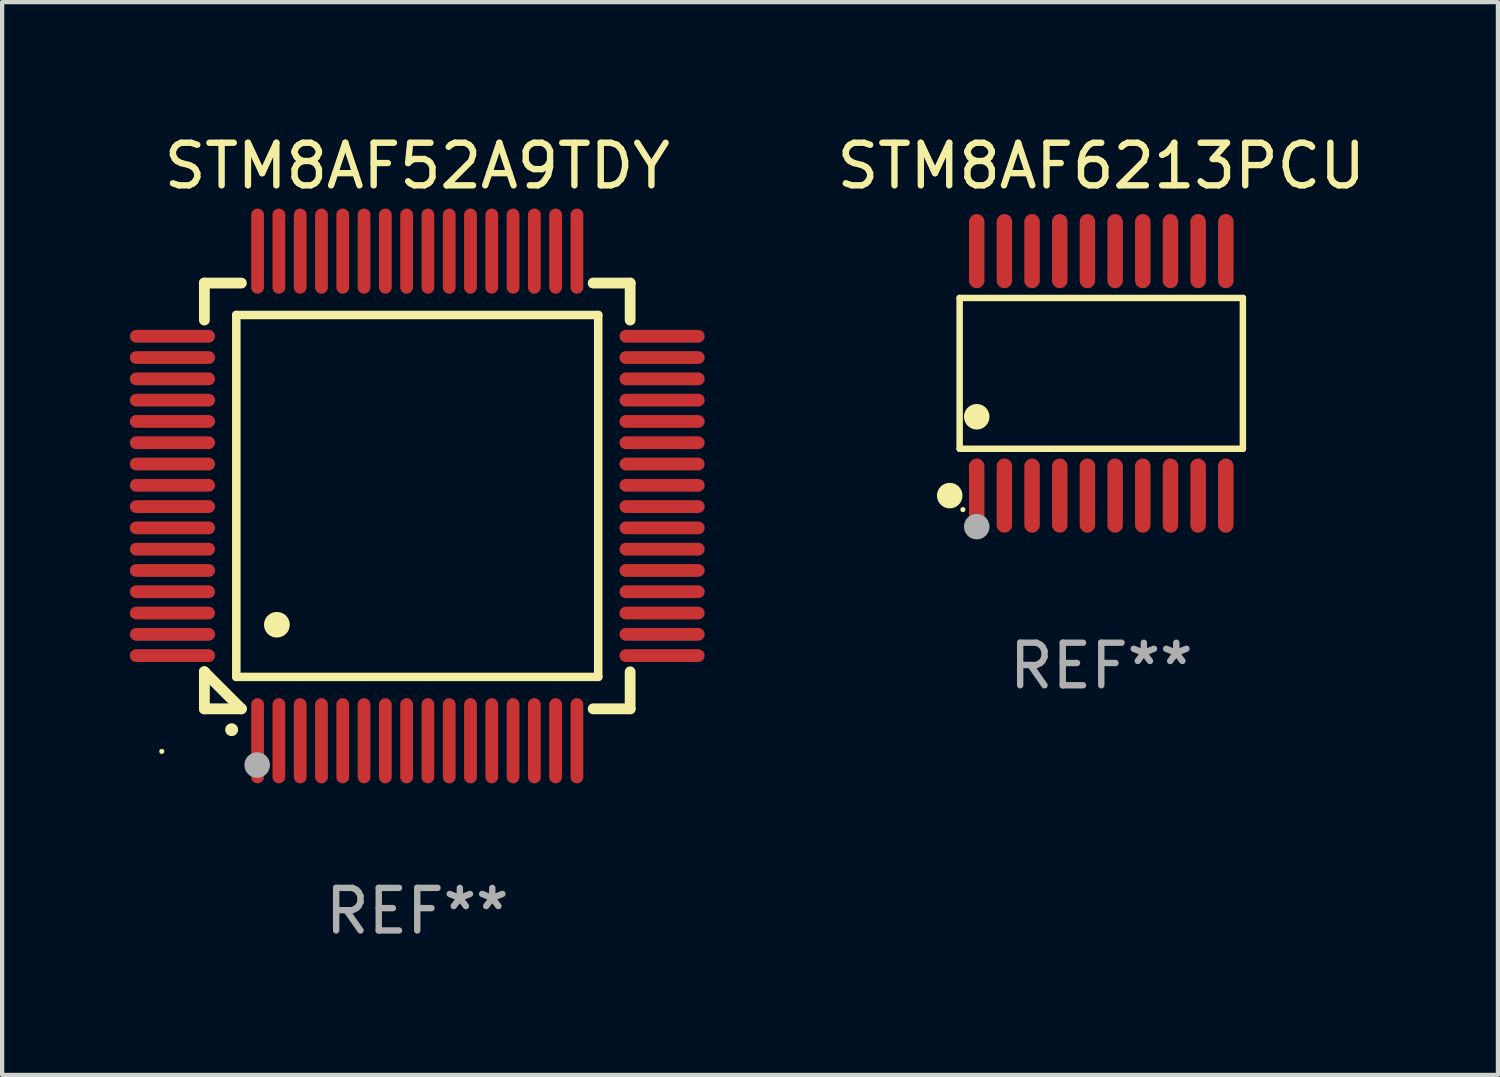
<source format=kicad_pcb>
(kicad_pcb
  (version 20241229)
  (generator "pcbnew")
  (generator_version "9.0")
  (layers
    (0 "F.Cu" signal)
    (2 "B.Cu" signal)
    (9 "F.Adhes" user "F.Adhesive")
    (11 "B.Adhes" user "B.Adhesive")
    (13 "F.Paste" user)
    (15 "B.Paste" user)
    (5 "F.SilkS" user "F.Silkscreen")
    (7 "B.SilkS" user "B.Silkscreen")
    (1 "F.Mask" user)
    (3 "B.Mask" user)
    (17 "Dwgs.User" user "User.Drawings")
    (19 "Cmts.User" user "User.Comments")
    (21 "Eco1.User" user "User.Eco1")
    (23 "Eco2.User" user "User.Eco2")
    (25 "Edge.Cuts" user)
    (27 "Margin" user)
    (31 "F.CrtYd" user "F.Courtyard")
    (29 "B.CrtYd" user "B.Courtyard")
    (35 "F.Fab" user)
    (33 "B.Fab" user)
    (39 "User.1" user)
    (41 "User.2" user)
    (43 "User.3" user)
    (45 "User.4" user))
  (footprint "STM8AF6213PCU"
    (layer "F.Cu")
    (at 22.815 5.719)
    (property "Reference" "STM8AF6213PCU" (at 0 -4.871 0) (layer "F.SilkS") (effects (font (size 1 1) (thickness 0.15))))
    (attr through_hole)
    (fp_line (start -3.326 -1.771) (end 3.326 -1.771) (stroke (width 0.152) (type solid)) (layer "F.SilkS"))
    (fp_line (start -3.326 1.771) (end -3.326 -1.771) (stroke (width 0.152) (type solid)) (layer "F.SilkS"))
    (fp_line (start 3.326 -1.771) (end 3.326 1.771) (stroke (width 0.152) (type solid)) (layer "F.SilkS"))
    (fp_line (start 3.326 1.771) (end -3.326 1.771) (stroke (width 0.152) (type solid)) (layer "F.SilkS"))
    (fp_circle (center -3.559 2.871) (end -3.409 2.871) (stroke (width 0.3) (type solid)) (fill no) (layer "F.SilkS"))
    (fp_circle (center -3.25 3.2) (end -3.22 3.2) (stroke (width 0.06) (type solid)) (fill no) (layer "F.SilkS"))
    (fp_circle (center -2.925 1.019) (end -2.775 1.019) (stroke (width 0.3) (type solid)) (fill no) (layer "F.SilkS"))
    (fp_circle (center -2.925 3.6) (end -2.775 3.6) (stroke (width 0.3) (type solid)) (fill no) (layer "F.Fab"))
    (fp_text user "REF**" (at 0 6.871 0) (layer "F.Fab") (effects (font (size 1 1) (thickness 0.15))))
    (pad "1" smd oval (at -2.925 2.871) (size 0.364 1.742) (layers "F.Cu" "F.Mask" "F.Paste"))
    (pad "2" smd oval (at -2.275 2.871) (size 0.364 1.742) (layers "F.Cu" "F.Mask" "F.Paste"))
    (pad "3" smd oval (at -1.625 2.871) (size 0.364 1.742) (layers "F.Cu" "F.Mask" "F.Paste"))
    (pad "4" smd oval (at -0.975 2.871) (size 0.364 1.742) (layers "F.Cu" "F.Mask" "F.Paste"))
    (pad "5" smd oval (at -0.325 2.871) (size 0.364 1.742) (layers "F.Cu" "F.Mask" "F.Paste"))
    (pad "6" smd oval (at 0.325 2.871) (size 0.364 1.742) (layers "F.Cu" "F.Mask" "F.Paste"))
    (pad "7" smd oval (at 0.975 2.871) (size 0.364 1.742) (layers "F.Cu" "F.Mask" "F.Paste"))
    (pad "8" smd oval (at 1.625 2.871) (size 0.364 1.742) (layers "F.Cu" "F.Mask" "F.Paste"))
    (pad "9" smd oval (at 2.275 2.871) (size 0.364 1.742) (layers "F.Cu" "F.Mask" "F.Paste"))
    (pad "10" smd oval (at 2.925 2.871) (size 0.364 1.742) (layers "F.Cu" "F.Mask" "F.Paste"))
    (pad "11" smd oval (at 2.925 -2.871) (size 0.364 1.742) (layers "F.Cu" "F.Mask" "F.Paste"))
    (pad "12" smd oval (at 2.275 -2.871) (size 0.364 1.742) (layers "F.Cu" "F.Mask" "F.Paste"))
    (pad "13" smd oval (at 1.625 -2.871) (size 0.364 1.742) (layers "F.Cu" "F.Mask" "F.Paste"))
    (pad "14" smd oval (at 0.975 -2.871) (size 0.364 1.742) (layers "F.Cu" "F.Mask" "F.Paste"))
    (pad "15" smd oval (at 0.325 -2.871) (size 0.364 1.742) (layers "F.Cu" "F.Mask" "F.Paste"))
    (pad "16" smd oval (at -0.325 -2.871) (size 0.364 1.742) (layers "F.Cu" "F.Mask" "F.Paste"))
    (pad "17" smd oval (at -0.975 -2.871) (size 0.364 1.742) (layers "F.Cu" "F.Mask" "F.Paste"))
    (pad "18" smd oval (at -1.625 -2.871) (size 0.364 1.742) (layers "F.Cu" "F.Mask" "F.Paste"))
    (pad "19" smd oval (at -2.275 -2.871) (size 0.364 1.742) (layers "F.Cu" "F.Mask" "F.Paste"))
    (pad "20" smd oval (at -2.925 -2.871) (size 0.364 1.742) (layers "F.Cu" "F.Mask" "F.Paste")))
  (footprint "STM8AF52A9TDY"
    (layer "F.Cu")
    (at 6.75 8.598)
    (property "Reference" "STM8AF52A9TDY" (at 0 -7.75 0) (layer "F.SilkS") (effects (font (size 1 1) (thickness 0.15))))
    (attr through_hole)
    (fp_line (start -5 -5) (end -4.131 -5) (stroke (width 0.254) (type solid)) (layer "F.SilkS"))
    (fp_line (start -5 -4.131) (end -5 -5) (stroke (width 0.254) (type solid)) (layer "F.SilkS"))
    (fp_line (start -5 4.131) (end -5 4.131) (stroke (width 0.254) (type solid)) (layer "F.SilkS"))
    (fp_line (start -5 5) (end -5 4.131) (stroke (width 0.254) (type solid)) (layer "F.SilkS"))
    (fp_line (start -5 4.131) (end -4.131 5) (stroke (width 0.254) (type solid)) (layer "F.SilkS"))
    (fp_line (start -4.25 -4.25) (end -4.25 4.25) (stroke (width 0.2) (type solid)) (layer "F.SilkS"))
    (fp_line (start -4.25 4.25) (end 4.25 4.25) (stroke (width 0.2) (type solid)) (layer "F.SilkS"))
    (fp_line (start -4.131 5) (end -5 5) (stroke (width 0.254) (type solid)) (layer "F.SilkS"))
    (fp_line (start 4.25 -4.25) (end -4.25 -4.25) (stroke (width 0.2) (type solid)) (layer "F.SilkS"))
    (fp_line (start 4.25 4.25) (end 4.25 -4.25) (stroke (width 0.2) (type solid)) (layer "F.SilkS"))
    (fp_line (start 5 -5) (end 4.131 -5) (stroke (width 0.254) (type solid)) (layer "F.SilkS"))
    (fp_line (start 5 -5) (end 5 -4.131) (stroke (width 0.254) (type solid)) (layer "F.SilkS"))
    (fp_line (start 5 4.131) (end 5 5) (stroke (width 0.254) (type solid)) (layer "F.SilkS"))
    (fp_line (start 5 5) (end 4.131 5) (stroke (width 0.254) (type solid)) (layer "F.SilkS"))
    (fp_arc (start -4.361265 5.489992) (mid -4.359995 5.489987) (end -4.358725 5.489992) (stroke (width 0.3) (type solid)) (layer "F.SilkS"))
    (fp_arc (start -3.299467 3.025146) (mid -3.296927 3.025135) (end -3.294387 3.025146) (stroke (width 0.6) (type solid)) (layer "F.SilkS"))
    (fp_circle (center -6 6) (end -5.97 6) (stroke (width 0.06) (type solid)) (fill no) (layer "F.SilkS"))
    (fp_circle (center -3.76 6.32) (end -3.61 6.32) (stroke (width 0.3) (type solid)) (fill no) (layer "F.Fab"))
    (fp_text user "REF**" (at 0 9.75 0) (layer "F.Fab") (effects (font (size 1 1) (thickness 0.15))))
    (pad "1" smd oval (at -3.75 5.75) (size 0.3 2) (layers "F.Cu" "F.Mask" "F.Paste"))
    (pad "2" smd oval (at -3.25 5.75) (size 0.3 2) (layers "F.Cu" "F.Mask" "F.Paste"))
    (pad "3" smd oval (at -2.75 5.75) (size 0.3 2) (layers "F.Cu" "F.Mask" "F.Paste"))
    (pad "4" smd oval (at -2.25 5.75) (size 0.3 2) (layers "F.Cu" "F.Mask" "F.Paste"))
    (pad "5" smd oval (at -1.75 5.75) (size 0.3 2) (layers "F.Cu" "F.Mask" "F.Paste"))
    (pad "6" smd oval (at -1.25 5.75) (size 0.3 2) (layers "F.Cu" "F.Mask" "F.Paste"))
    (pad "7" smd oval (at -0.75 5.75) (size 0.3 2) (layers "F.Cu" "F.Mask" "F.Paste"))
    (pad "8" smd oval (at -0.25 5.75) (size 0.3 2) (layers "F.Cu" "F.Mask" "F.Paste"))
    (pad "9" smd oval (at 0.25 5.75) (size 0.3 2) (layers "F.Cu" "F.Mask" "F.Paste"))
    (pad "10" smd oval (at 0.75 5.75) (size 0.3 2) (layers "F.Cu" "F.Mask" "F.Paste"))
    (pad "11" smd oval (at 1.25 5.75) (size 0.3 2) (layers "F.Cu" "F.Mask" "F.Paste"))
    (pad "12" smd oval (at 1.75 5.75) (size 0.3 2) (layers "F.Cu" "F.Mask" "F.Paste"))
    (pad "13" smd oval (at 2.25 5.75) (size 0.3 2) (layers "F.Cu" "F.Mask" "F.Paste"))
    (pad "14" smd oval (at 2.75 5.75) (size 0.3 2) (layers "F.Cu" "F.Mask" "F.Paste"))
    (pad "15" smd oval (at 3.25 5.75) (size 0.3 2) (layers "F.Cu" "F.Mask" "F.Paste"))
    (pad "16" smd oval (at 3.75 5.75) (size 0.3 2) (layers "F.Cu" "F.Mask" "F.Paste"))
    (pad "17" smd oval (at 5.75 3.75) (size 2 0.3) (layers "F.Cu" "F.Mask" "F.Paste"))
    (pad "18" smd oval (at 5.75 3.25) (size 2 0.3) (layers "F.Cu" "F.Mask" "F.Paste"))
    (pad "19" smd oval (at 5.75 2.75) (size 2 0.3) (layers "F.Cu" "F.Mask" "F.Paste"))
    (pad "20" smd oval (at 5.75 2.25) (size 2 0.3) (layers "F.Cu" "F.Mask" "F.Paste"))
    (pad "21" smd oval (at 5.75 1.75) (size 2 0.3) (layers "F.Cu" "F.Mask" "F.Paste"))
    (pad "22" smd oval (at 5.75 1.25) (size 2 0.3) (layers "F.Cu" "F.Mask" "F.Paste"))
    (pad "23" smd oval (at 5.75 0.75) (size 2 0.3) (layers "F.Cu" "F.Mask" "F.Paste"))
    (pad "24" smd oval (at 5.75 0.25) (size 2 0.3) (layers "F.Cu" "F.Mask" "F.Paste"))
    (pad "25" smd oval (at 5.75 -0.25) (size 2 0.3) (layers "F.Cu" "F.Mask" "F.Paste"))
    (pad "26" smd oval (at 5.75 -0.75) (size 2 0.3) (layers "F.Cu" "F.Mask" "F.Paste"))
    (pad "27" smd oval (at 5.75 -1.25) (size 2 0.3) (layers "F.Cu" "F.Mask" "F.Paste"))
    (pad "28" smd oval (at 5.75 -1.75) (size 2 0.3) (layers "F.Cu" "F.Mask" "F.Paste"))
    (pad "29" smd oval (at 5.75 -2.25) (size 2 0.3) (layers "F.Cu" "F.Mask" "F.Paste"))
    (pad "30" smd oval (at 5.75 -2.75) (size 2 0.3) (layers "F.Cu" "F.Mask" "F.Paste"))
    (pad "31" smd oval (at 5.75 -3.25) (size 2 0.3) (layers "F.Cu" "F.Mask" "F.Paste"))
    (pad "32" smd oval (at 5.75 -3.75) (size 2 0.3) (layers "F.Cu" "F.Mask" "F.Paste"))
    (pad "33" smd oval (at 3.75 -5.75) (size 0.3 2) (layers "F.Cu" "F.Mask" "F.Paste"))
    (pad "34" smd oval (at 3.25 -5.75) (size 0.3 2) (layers "F.Cu" "F.Mask" "F.Paste"))
    (pad "35" smd oval (at 2.75 -5.75) (size 0.3 2) (layers "F.Cu" "F.Mask" "F.Paste"))
    (pad "36" smd oval (at 2.25 -5.75) (size 0.3 2) (layers "F.Cu" "F.Mask" "F.Paste"))
    (pad "37" smd oval (at 1.75 -5.75) (size 0.3 2) (layers "F.Cu" "F.Mask" "F.Paste"))
    (pad "38" smd oval (at 1.25 -5.75) (size 0.3 2) (layers "F.Cu" "F.Mask" "F.Paste"))
    (pad "39" smd oval (at 0.75 -5.75) (size 0.3 2) (layers "F.Cu" "F.Mask" "F.Paste"))
    (pad "40" smd oval (at 0.25 -5.75) (size 0.3 2) (layers "F.Cu" "F.Mask" "F.Paste"))
    (pad "41" smd oval (at -0.25 -5.75) (size 0.3 2) (layers "F.Cu" "F.Mask" "F.Paste"))
    (pad "42" smd oval (at -0.75 -5.75) (size 0.3 2) (layers "F.Cu" "F.Mask" "F.Paste"))
    (pad "43" smd oval (at -1.25 -5.75) (size 0.3 2) (layers "F.Cu" "F.Mask" "F.Paste"))
    (pad "44" smd oval (at -1.75 -5.75) (size 0.3 2) (layers "F.Cu" "F.Mask" "F.Paste"))
    (pad "45" smd oval (at -2.25 -5.75) (size 0.3 2) (layers "F.Cu" "F.Mask" "F.Paste"))
    (pad "46" smd oval (at -2.75 -5.75) (size 0.3 2) (layers "F.Cu" "F.Mask" "F.Paste"))
    (pad "47" smd oval (at -3.25 -5.75) (size 0.3 2) (layers "F.Cu" "F.Mask" "F.Paste"))
    (pad "48" smd oval (at -3.75 -5.75) (size 0.3 2) (layers "F.Cu" "F.Mask" "F.Paste"))
    (pad "49" smd oval (at -5.75 -3.75) (size 2 0.3) (layers "F.Cu" "F.Mask" "F.Paste"))
    (pad "50" smd oval (at -5.75 -3.25) (size 2 0.3) (layers "F.Cu" "F.Mask" "F.Paste"))
    (pad "51" smd oval (at -5.75 -2.75) (size 2 0.3) (layers "F.Cu" "F.Mask" "F.Paste"))
    (pad "52" smd oval (at -5.75 -2.25) (size 2 0.3) (layers "F.Cu" "F.Mask" "F.Paste"))
    (pad "53" smd oval (at -5.75 -1.75) (size 2 0.3) (layers "F.Cu" "F.Mask" "F.Paste"))
    (pad "54" smd oval (at -5.75 -1.25) (size 2 0.3) (layers "F.Cu" "F.Mask" "F.Paste"))
    (pad "55" smd oval (at -5.75 -0.75) (size 2 0.3) (layers "F.Cu" "F.Mask" "F.Paste"))
    (pad "56" smd oval (at -5.75 -0.25) (size 2 0.3) (layers "F.Cu" "F.Mask" "F.Paste"))
    (pad "57" smd oval (at -5.75 0.25) (size 2 0.3) (layers "F.Cu" "F.Mask" "F.Paste"))
    (pad "58" smd oval (at -5.75 0.75) (size 2 0.3) (layers "F.Cu" "F.Mask" "F.Paste"))
    (pad "59" smd oval (at -5.75 1.25) (size 2 0.3) (layers "F.Cu" "F.Mask" "F.Paste"))
    (pad "60" smd oval (at -5.75 1.75) (size 2 0.3) (layers "F.Cu" "F.Mask" "F.Paste"))
    (pad "61" smd oval (at -5.75 2.25) (size 2 0.3) (layers "F.Cu" "F.Mask" "F.Paste"))
    (pad "62" smd oval (at -5.75 2.75) (size 2 0.3) (layers "F.Cu" "F.Mask" "F.Paste"))
    (pad "63" smd oval (at -5.75 3.25) (size 2 0.3) (layers "F.Cu" "F.Mask" "F.Paste"))
    (pad "64" smd oval (at -5.75 3.75) (size 2 0.3) (layers "F.Cu" "F.Mask" "F.Paste")))
  (gr_rect
    (start -3 -3)
    (end 32.131 22.196)
    (stroke (width 0.1) (type default))
    (fill no)
    (layer "Edge.Cuts")))
</source>
